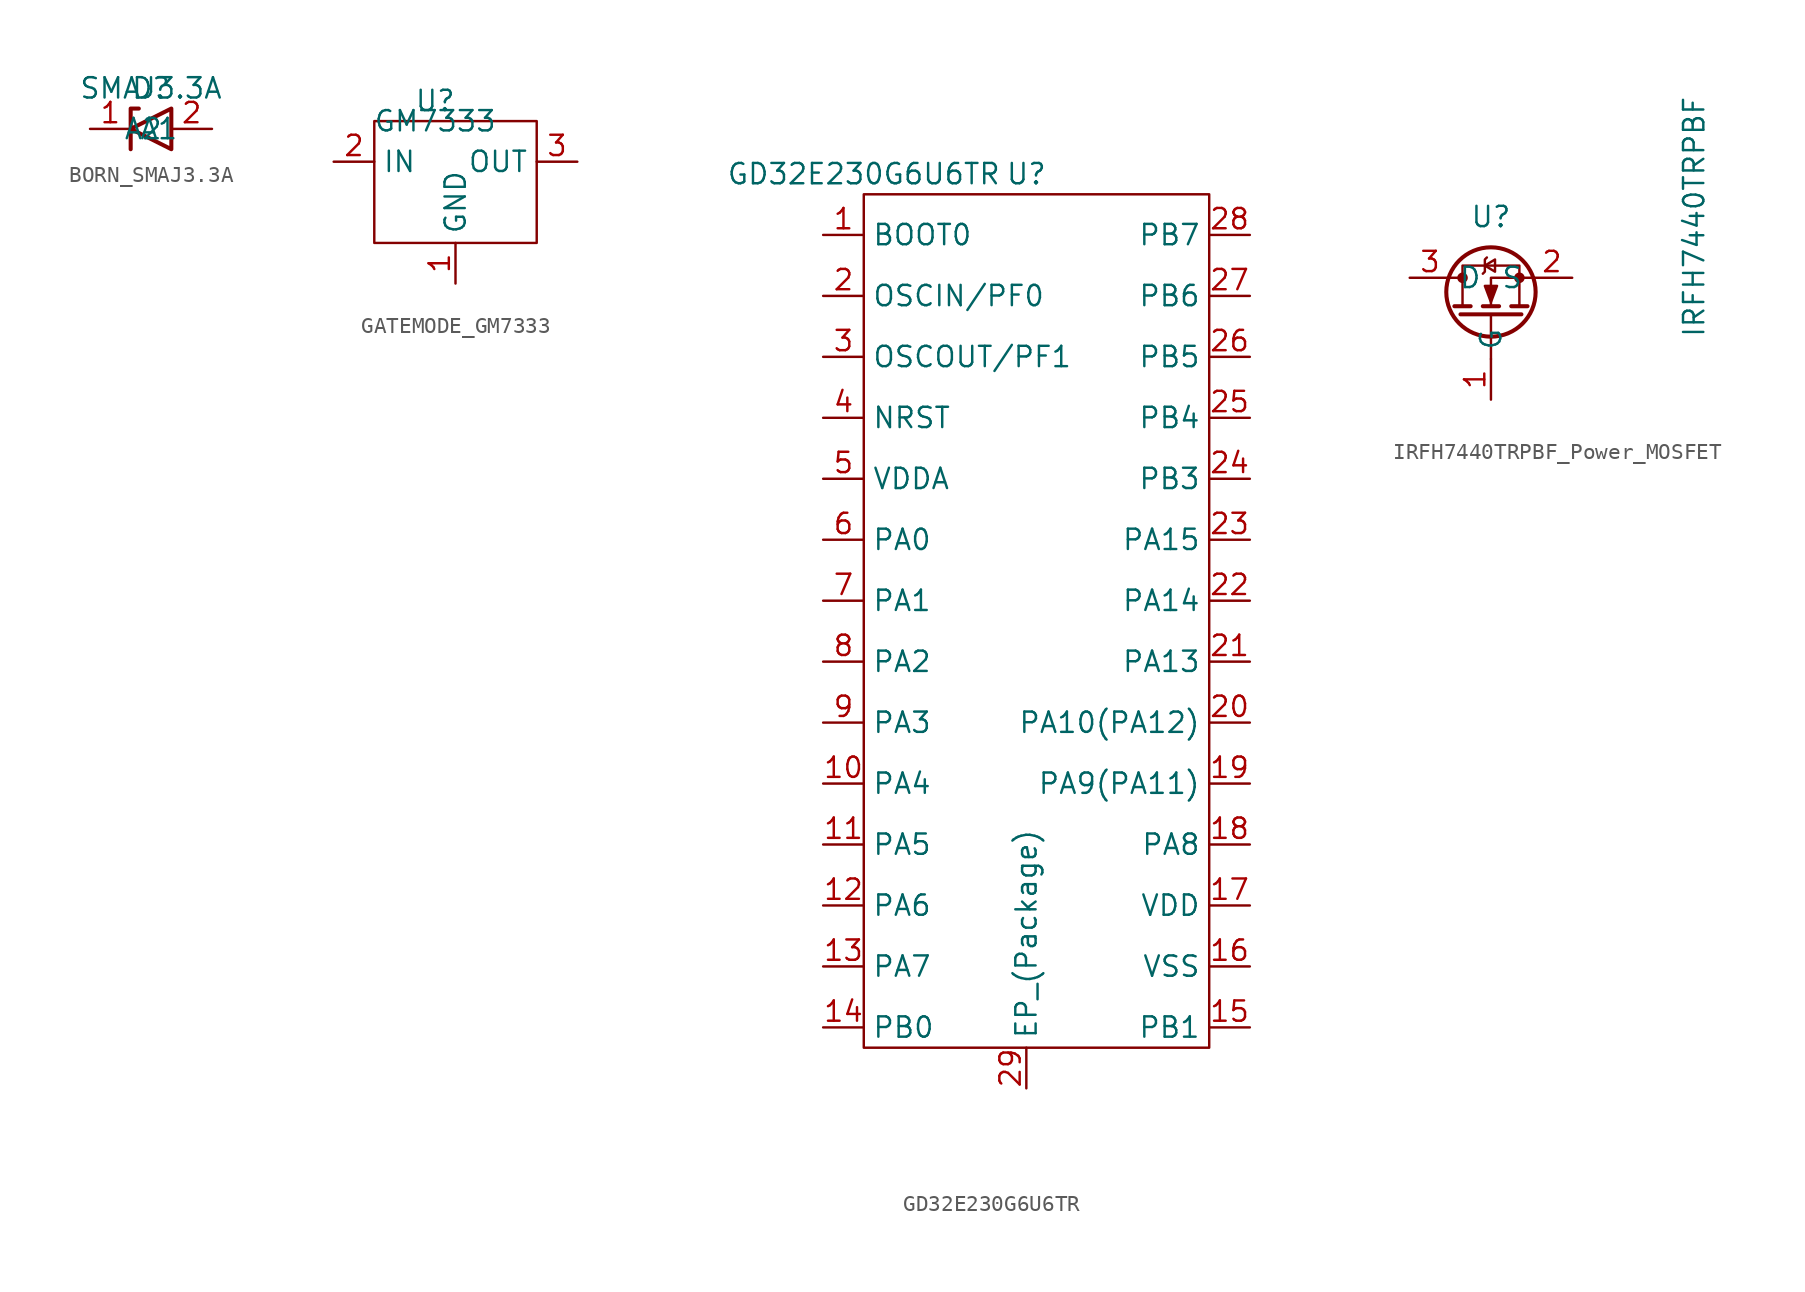
<source format=kicad_sym>
(kicad_symbol_lib
  (version 20220914)
  (generator kicad_symbol_editor)
  (symbol "BORN_SMAJ3.3A"
    (property "Reference" "D"
      (at 0 0 0)
      (effects (font (size 1.27 1.27))))
    (property "Value" "SMAJ3.3A"
      (at 0 0 0)
      (effects (font (size 1.27 1.27))))
    (symbol "BORN_SMAJ3.3A_0_1"
      (polyline (pts (xy -0.762 -1.27) (xy -1.27 -1.27) (xy -1.27 -3.81)) (stroke (width 0.254) (type default)) (fill (type none)))
      (polyline (pts (xy 1.27 -1.27) (xy 1.27 -3.81) (xy -1.27 -2.54) (xy 1.27 -1.27)) (stroke (width 0.254) (type default)) (fill (type none))))
    (symbol "BORN_SMAJ3.3A_1_1"
      (pin passive line (at -3.81 -2.54 0) (length 2.54) (name "A1" (effects (font (size 1.27 1.27)))) (number "1" (effects (font (size 1.27 1.27)))))
      (pin passive line (at 3.81 -2.54 180) (length 2.54) (name "A2" (effects (font (size 1.27 1.27)))) (number "2" (effects (font (size 1.27 1.27)))))))
  (symbol "GATEMODE_GM7333"
    (property "Reference" "U"
      (at -1.27 3.81 0)
      (effects (font (size 1.27 1.27))))
    (property "Value" "GM7333"
      (at -1.27 2.54 0)
      (effects (font (size 1.27 1.27))))
    (symbol "GATEMODE_GM7333_0_1"
      (rectangle (start -5.08 2.54) (end 5.08 -5.08) (stroke (width 0) (type default)) (fill (type none))))
    (symbol "GATEMODE_GM7333_1_1"
      (pin input line (at 0 -7.62 90) (length 2.54) (name "GND" (effects (font (size 1.27 1.27)))) (number "1" (effects (font (size 1.27 1.27)))))
      (pin input line (at -7.62 0 0) (length 2.54) (name "IN" (effects (font (size 1.27 1.27)))) (number "2" (effects (font (size 1.27 1.27)))))
      (pin input line (at 7.62 0 180) (length 2.54) (name "OUT" (effects (font (size 1.27 1.27)))) (number "3" (effects (font (size 1.27 1.27)))))))
  (symbol "GD32E230G6U6TR"
    (property "Reference" "U"
      (at 0 26.67 0)
      (effects (font (size 1.27 1.27))))
    (property "Value" "GD32E230G6U6TR"
      (at -10.16 26.67 0)
      (effects (font (size 1.27 1.27))))
    (symbol "GD32E230G6U6TR_0_1"
      (rectangle (start -10.16 25.4) (end 11.43 -27.94) (stroke (width 0) (type default)) (fill (type none))))
    (symbol "GD32E230G6U6TR_1_1"
      (pin input line (at -12.7 22.86 0) (length 2.54) (name "BOOT0" (effects (font (size 1.27 1.27)))) (number "1" (effects (font (size 1.27 1.27)))))
      (pin input line (at -12.7 -11.43 0) (length 2.54) (name "PA4" (effects (font (size 1.27 1.27)))) (number "10" (effects (font (size 1.27 1.27)))))
      (pin input line (at -12.7 -15.24 0) (length 2.54) (name "PA5" (effects (font (size 1.27 1.27)))) (number "11" (effects (font (size 1.27 1.27)))))
      (pin input line (at -12.7 -19.05 0) (length 2.54) (name "PA6" (effects (font (size 1.27 1.27)))) (number "12" (effects (font (size 1.27 1.27)))))
      (pin input line (at -12.7 -22.86 0) (length 2.54) (name "PA7" (effects (font (size 1.27 1.27)))) (number "13" (effects (font (size 1.27 1.27)))))
      (pin input line (at -12.7 -26.67 0) (length 2.54) (name "PB0" (effects (font (size 1.27 1.27)))) (number "14" (effects (font (size 1.27 1.27)))))
      (pin input line (at 13.97 -26.67 180) (length 2.54) (name "PB1" (effects (font (size 1.27 1.27)))) (number "15" (effects (font (size 1.27 1.27)))))
      (pin input line (at 13.97 -22.86 180) (length 2.54) (name "VSS" (effects (font (size 1.27 1.27)))) (number "16" (effects (font (size 1.27 1.27)))))
      (pin input line (at 13.97 -19.05 180) (length 2.54) (name "VDD" (effects (font (size 1.27 1.27)))) (number "17" (effects (font (size 1.27 1.27)))))
      (pin input line (at 13.97 -15.24 180) (length 2.54) (name "PA8" (effects (font (size 1.27 1.27)))) (number "18" (effects (font (size 1.27 1.27)))))
      (pin input line (at 13.97 -11.43 180) (length 2.54) (name "PA9(PA11)" (effects (font (size 1.27 1.27)))) (number "19" (effects (font (size 1.27 1.27)))))
      (pin input line (at -12.7 19.05 0) (length 2.54) (name "OSCIN/PF0" (effects (font (size 1.27 1.27)))) (number "2" (effects (font (size 1.27 1.27)))))
      (pin input line (at 13.97 -7.62 180) (length 2.54) (name "PA10(PA12)" (effects (font (size 1.27 1.27)))) (number "20" (effects (font (size 1.27 1.27)))))
      (pin input line (at 13.97 -3.81 180) (length 2.54) (name "PA13" (effects (font (size 1.27 1.27)))) (number "21" (effects (font (size 1.27 1.27)))))
      (pin input line (at 13.97 0 180) (length 2.54) (name "PA14" (effects (font (size 1.27 1.27)))) (number "22" (effects (font (size 1.27 1.27)))))
      (pin input line (at 13.97 3.81 180) (length 2.54) (name "PA15" (effects (font (size 1.27 1.27)))) (number "23" (effects (font (size 1.27 1.27)))))
      (pin input line (at 13.97 7.62 180) (length 2.54) (name "PB3" (effects (font (size 1.27 1.27)))) (number "24" (effects (font (size 1.27 1.27)))))
      (pin input line (at 13.97 11.43 180) (length 2.54) (name "PB4" (effects (font (size 1.27 1.27)))) (number "25" (effects (font (size 1.27 1.27)))))
      (pin input line (at 13.97 15.24 180) (length 2.54) (name "PB5" (effects (font (size 1.27 1.27)))) (number "26" (effects (font (size 1.27 1.27)))))
      (pin input line (at 13.97 19.05 180) (length 2.54) (name "PB6" (effects (font (size 1.27 1.27)))) (number "27" (effects (font (size 1.27 1.27)))))
      (pin input line (at 13.97 22.86 180) (length 2.54) (name "PB7" (effects (font (size 1.27 1.27)))) (number "28" (effects (font (size 1.27 1.27)))))
      (pin input line (at 0 -30.48 90) (length 2.54) (name "EP_(Package)" (effects (font (size 1.27 1.27)))) (number "29" (effects (font (size 1.27 1.27)))))
      (pin input line (at -12.7 15.24 0) (length 2.54) (name "OSCOUT/PF1" (effects (font (size 1.27 1.27)))) (number "3" (effects (font (size 1.27 1.27)))))
      (pin input line (at -12.7 11.43 0) (length 2.54) (name "NRST" (effects (font (size 1.27 1.27)))) (number "4" (effects (font (size 1.27 1.27)))))
      (pin input line (at -12.7 7.62 0) (length 2.54) (name "VDDA" (effects (font (size 1.27 1.27)))) (number "5" (effects (font (size 1.27 1.27)))))
      (pin input line (at -12.7 3.81 0) (length 2.54) (name "PA0" (effects (font (size 1.27 1.27)))) (number "6" (effects (font (size 1.27 1.27)))))
      (pin input line (at -12.7 0 0) (length 2.54) (name "PA1" (effects (font (size 1.27 1.27)))) (number "7" (effects (font (size 1.27 1.27)))))
      (pin input line (at -12.7 -3.81 0) (length 2.54) (name "PA2" (effects (font (size 1.27 1.27)))) (number "8" (effects (font (size 1.27 1.27)))))
      (pin input line (at -12.7 -7.62 0) (length 2.54) (name "PA3" (effects (font (size 1.27 1.27)))) (number "9" (effects (font (size 1.27 1.27)))))))
  (symbol "IRFH7440TRPBF_Power_MOSFET"
    (property "Reference" "U"
      (at 3.81 -3.81 0)
      (effects (font (size 1.27 1.27))))
    (property "Value" "IRFH7440TRPBF"
      (at 16.51 -3.81 90)
      (effects (font (size 1.27 1.27))))
    (symbol "IRFH7440TRPBF_Power_MOSFET_0_1"
      (polyline (pts (xy 1.27 -7.62) (xy 2.032 -7.62)) (stroke (width 0) (type default)) (fill (type none)))
      (polyline (pts (xy 1.524 -9.398) (xy 2.54 -9.398)) (stroke (width 0.254) (type default)) (fill (type none)))
      (polyline (pts (xy 1.905 -9.906) (xy 5.715 -9.906)) (stroke (width 0.254) (type default)) (fill (type none)))
      (polyline (pts (xy 3.302 -9.398) (xy 4.318 -9.398)) (stroke (width 0.254) (type default)) (fill (type none)))
      (polyline (pts (xy 3.81 -9.906) (xy 3.81 -12.7)) (stroke (width 0) (type default)) (fill (type none)))
      (polyline (pts (xy 5.08 -9.398) (xy 6.096 -9.398)) (stroke (width 0.254) (type default)) (fill (type none)))
      (polyline (pts (xy 6.35 -7.62) (xy 3.81 -7.62) (xy 3.81 -9.398)) (stroke (width 0) (type default)) (fill (type none)))
      (polyline (pts (xy 3.302 -7.366) (xy 3.429 -7.239) (xy 3.429 -6.477) (xy 3.556 -6.35)) (stroke (width 0) (type default)) (fill (type none)))
      (polyline (pts (xy 3.429 -6.858) (xy 4.064 -7.239) (xy 4.064 -6.477) (xy 3.429 -6.858)) (stroke (width 0) (type default)) (fill (type none)))
      (polyline (pts (xy 3.81 -9.144) (xy 3.429 -8.128) (xy 4.191 -8.128) (xy 3.81 -9.144)) (stroke (width 0) (type default)) (fill (type outline)))
      (polyline (pts (xy 5.588 -9.398) (xy 5.588 -6.858) (xy 2.032 -6.858) (xy 2.032 -9.398)) (stroke (width 0) (type default)) (fill (type none)))
      (circle (center 2.032 -7.62) (radius 0.254) (stroke (width 0) (type default)) (fill (type outline)))
      (circle (center 3.81 -8.509) (radius 2.794) (stroke (width 0.254) (type default)) (fill (type none)))
      (circle (center 5.588 -7.62) (radius 0.254) (stroke (width 0) (type default)) (fill (type outline))))
    (symbol "IRFH7440TRPBF_Power_MOSFET_1_1"
      (pin input line (at 3.81 -15.24 90) (length 2.54) (name "G" (effects (font (size 1.27 1.27)))) (number "1" (effects (font (size 1.27 1.27)))))
      (pin passive line (at 8.89 -7.62 180) (length 2.54) (name "S" (effects (font (size 1.27 1.27)))) (number "2" (effects (font (size 1.27 1.27)))))
      (pin passive line (at -1.27 -7.62 0) (length 2.54) (name "D" (effects (font (size 1.27 1.27)))) (number "3" (effects (font (size 1.27 1.27))))))))
</source>
